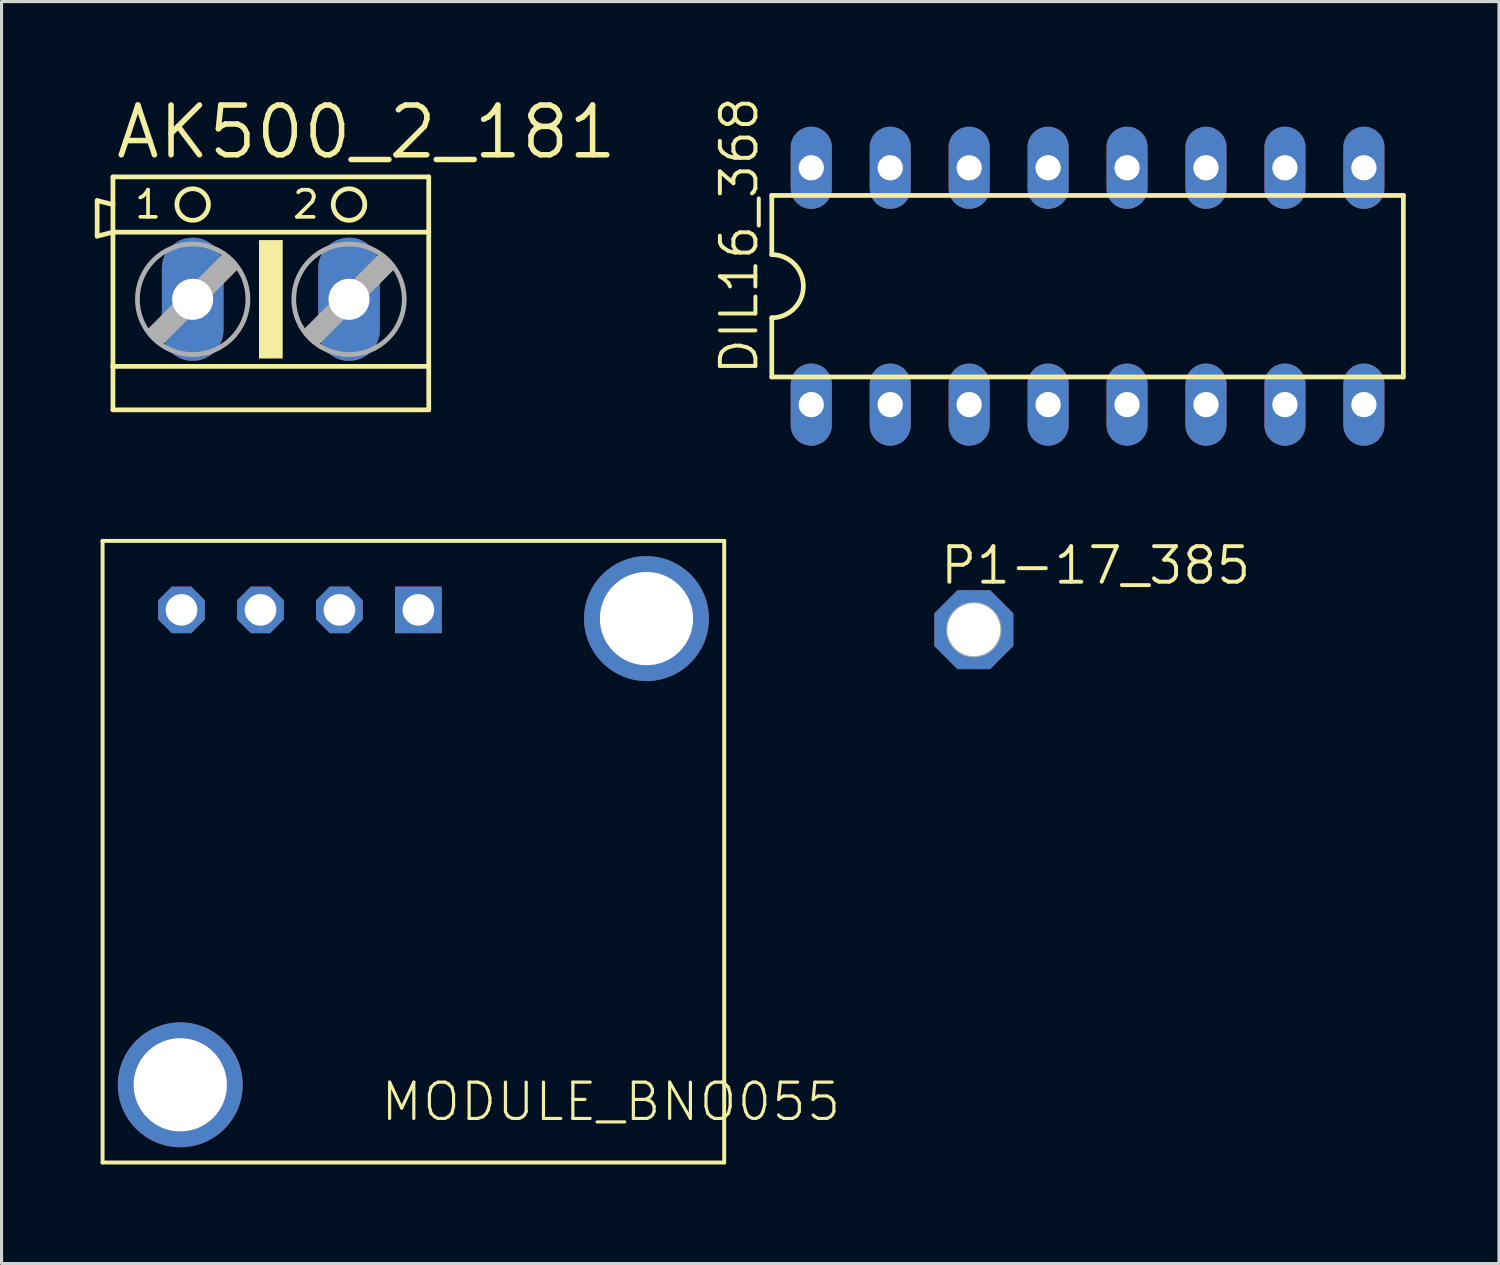
<source format=kicad_pcb>
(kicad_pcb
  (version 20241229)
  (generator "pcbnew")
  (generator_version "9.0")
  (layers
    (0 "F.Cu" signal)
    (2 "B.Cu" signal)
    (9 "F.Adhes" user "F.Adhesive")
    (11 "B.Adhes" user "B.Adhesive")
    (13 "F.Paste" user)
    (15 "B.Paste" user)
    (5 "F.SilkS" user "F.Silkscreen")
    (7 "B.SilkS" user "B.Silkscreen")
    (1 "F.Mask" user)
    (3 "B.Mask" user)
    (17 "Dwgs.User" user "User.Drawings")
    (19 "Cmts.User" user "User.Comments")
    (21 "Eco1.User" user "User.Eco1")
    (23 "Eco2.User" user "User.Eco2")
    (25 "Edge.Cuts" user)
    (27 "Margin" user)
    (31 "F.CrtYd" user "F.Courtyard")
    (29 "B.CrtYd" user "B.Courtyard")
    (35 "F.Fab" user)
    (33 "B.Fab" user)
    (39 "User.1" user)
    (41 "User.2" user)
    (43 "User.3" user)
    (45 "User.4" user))
  (footprint "MODULE_BNO055"
    (layer "F.Cu")
    (at 0.25 34.352)
    (property "Reference" "MODULE_BNO055" (at 8.89 -1.27 0) (unlocked yes) (layer "F.SilkS") (effects (font (size 1.168 1.168) (thickness 0.102)) (justify left bottom)))
    (fp_line (start 0 -20) (end 0 0) (stroke (width 0.127) (type solid)) (layer "F.SilkS"))
    (fp_line (start 0 -20) (end 20 -20) (stroke (width 0.127) (type solid)) (layer "F.SilkS"))
    (fp_line (start 0 0) (end 20 0) (stroke (width 0.127) (type solid)) (layer "F.SilkS"))
    (fp_line (start 20 -20) (end 20 0) (stroke (width 0.127) (type solid)) (layer "F.SilkS"))
    (pad "P$1" thru_hole rect (at 10.16 -17.78) (size 1.5 1.5) (drill 1.016) (layers "*.Cu" "*.Mask"))
    (pad "P$2" thru_hole roundrect (at 7.62 -17.78 90) (size 1.5 1.5) (drill 1.016) (layers "*.Cu" "*.Mask") (roundrect_rratio 0.25) (chamfer_ratio 0.293) (chamfer top_left top_right bottom_left bottom_right))
    (pad "P$3" thru_hole roundrect (at 5.08 -17.78 90) (size 1.5 1.5) (drill 1.016) (layers "*.Cu" "*.Mask") (roundrect_rratio 0.25) (chamfer_ratio 0.293) (chamfer top_left top_right bottom_left bottom_right))
    (pad "P$4" thru_hole roundrect (at 2.54 -17.78 90) (size 1.5 1.5) (drill 1.016) (layers "*.Cu" "*.Mask") (roundrect_rratio 0.25) (chamfer_ratio 0.293) (chamfer top_left top_right bottom_left bottom_right))
    (pad "P$5" thru_hole circle (at 17.5 -17.5) (size 4.016 4.016) (drill 3) (layers "*.Cu" "*.Mask"))
    (pad "P$6" thru_hole circle (at 2.5 -2.5) (size 4.016 4.016) (drill 3) (layers "*.Cu" "*.Mask")))
  (footprint "P1-17_385"
    (layer "F.Cu")
    (at 28.281 17.209)
    (property "Reference" "P1-17_385" (at -1.143 -1.397 0) (unlocked yes) (layer "F.SilkS") (effects (font (size 1.143 1.143) (thickness 0.127)) (justify left bottom)))
    (fp_circle (center 0 0) (end 0.813 0) (stroke (width 0.152) (type solid)) (fill no) (layer "F.Fab"))
    (fp_poly (pts (xy -0.33 0.33) (xy 0.33 0.33) (xy 0.33 -0.33) (xy -0.33 -0.33)) (stroke (width 0.1) (type default)) (fill no) (layer "F.Fab"))
    (pad "TP" thru_hole roundrect (at 0 0) (size 2.54 2.54) (drill 1.702) (layers "*.Cu" "*.Mask") (roundrect_rratio 0.25) (chamfer_ratio 0.293) (chamfer top_left top_right bottom_left bottom_right)))
  (footprint "DIL16_368"
    (layer "F.Cu")
    (at 31.941 6.158)
    (property "Reference" "DIL16_368" (at -10.541 2.921 90) (unlocked yes) (layer "F.SilkS") (effects (font (size 1.143 1.143) (thickness 0.127)) (justify left bottom)))
    (fp_line (start -10.16 -2.921) (end -10.16 -1.016) (stroke (width 0.152) (type solid)) (layer "F.SilkS"))
    (fp_line (start -10.16 2.921) (end -10.16 1.016) (stroke (width 0.152) (type solid)) (layer "F.SilkS"))
    (fp_line (start -10.16 2.921) (end 10.16 2.921) (stroke (width 0.152) (type solid)) (layer "F.SilkS"))
    (fp_line (start 10.16 -2.921) (end -10.16 -2.921) (stroke (width 0.152) (type solid)) (layer "F.SilkS"))
    (fp_line (start 10.16 -2.921) (end 10.16 2.921) (stroke (width 0.152) (type solid)) (layer "F.SilkS"))
    (fp_arc (start -10.16 -1.016) (mid -9.144 0) (end -10.16 1.016) (stroke (width 0.1524) (type solid)) (layer "F.SilkS"))
    (pad "1" thru_hole oval (at -8.89 3.81 90) (size 2.642 1.321) (drill 0.813) (layers "*.Cu" "*.Mask"))
    (pad "2" thru_hole oval (at -6.35 3.81 90) (size 2.642 1.321) (drill 0.813) (layers "*.Cu" "*.Mask"))
    (pad "3" thru_hole oval (at -3.81 3.81 90) (size 2.642 1.321) (drill 0.813) (layers "*.Cu" "*.Mask"))
    (pad "4" thru_hole oval (at -1.27 3.81 90) (size 2.642 1.321) (drill 0.813) (layers "*.Cu" "*.Mask"))
    (pad "5" thru_hole oval (at 1.27 3.81 90) (size 2.642 1.321) (drill 0.813) (layers "*.Cu" "*.Mask"))
    (pad "6" thru_hole oval (at 3.81 3.81 90) (size 2.642 1.321) (drill 0.813) (layers "*.Cu" "*.Mask"))
    (pad "7" thru_hole oval (at 6.35 3.81 90) (size 2.642 1.321) (drill 0.813) (layers "*.Cu" "*.Mask"))
    (pad "8" thru_hole oval (at 8.89 3.81 90) (size 2.642 1.321) (drill 0.813) (layers "*.Cu" "*.Mask"))
    (pad "9" thru_hole oval (at 8.89 -3.81 90) (size 2.642 1.321) (drill 0.813) (layers "*.Cu" "*.Mask"))
    (pad "10" thru_hole oval (at 6.35 -3.81 90) (size 2.642 1.321) (drill 0.813) (layers "*.Cu" "*.Mask"))
    (pad "11" thru_hole oval (at 3.81 -3.81 90) (size 2.642 1.321) (drill 0.813) (layers "*.Cu" "*.Mask"))
    (pad "12" thru_hole oval (at 1.27 -3.81 90) (size 2.642 1.321) (drill 0.813) (layers "*.Cu" "*.Mask"))
    (pad "13" thru_hole oval (at -1.27 -3.81 90) (size 2.642 1.321) (drill 0.813) (layers "*.Cu" "*.Mask"))
    (pad "14" thru_hole oval (at -3.81 -3.81 90) (size 2.642 1.321) (drill 0.813) (layers "*.Cu" "*.Mask"))
    (pad "15" thru_hole oval (at -6.35 -3.81 90) (size 2.642 1.321) (drill 0.813) (layers "*.Cu" "*.Mask"))
    (pad "16" thru_hole oval (at -8.89 -3.81 90) (size 2.642 1.321) (drill 0.813) (layers "*.Cu" "*.Mask")))
  (footprint "AK500_2_181"
    (layer "F.Cu")
    (at 5.664 6.579)
    (property "Reference" "AK500_2_181" (at -5.08 -4.445 0) (unlocked yes) (layer "F.SilkS") (effects (font (size 1.6 1.6) (thickness 0.178)) (justify left bottom)))
    (fp_line (start -5.588 -3.175) (end -5.588 -2.032) (stroke (width 0.152) (type solid)) (layer "F.SilkS"))
    (fp_line (start -5.588 -2.032) (end -5.08 -2.159) (stroke (width 0.152) (type solid)) (layer "F.SilkS"))
    (fp_line (start -5.08 -3.048) (end -5.588 -3.175) (stroke (width 0.152) (type solid)) (layer "F.SilkS"))
    (fp_line (start -5.08 -3.048) (end -5.08 -3.937) (stroke (width 0.152) (type solid)) (layer "F.SilkS"))
    (fp_line (start -5.08 -2.159) (end -5.08 -3.048) (stroke (width 0.152) (type solid)) (layer "F.SilkS"))
    (fp_line (start -5.08 -2.159) (end 5.08 -2.159) (stroke (width 0.152) (type solid)) (layer "F.SilkS"))
    (fp_line (start -5.08 2.159) (end -5.08 -2.159) (stroke (width 0.152) (type solid)) (layer "F.SilkS"))
    (fp_line (start -5.08 2.159) (end 5.08 2.159) (stroke (width 0.152) (type solid)) (layer "F.SilkS"))
    (fp_line (start -5.08 3.556) (end -5.08 2.159) (stroke (width 0.152) (type solid)) (layer "F.SilkS"))
    (fp_line (start -5.08 3.556) (end 5.08 3.556) (stroke (width 0.152) (type solid)) (layer "F.SilkS"))
    (fp_line (start 5.08 -3.937) (end -5.08 -3.937) (stroke (width 0.152) (type solid)) (layer "F.SilkS"))
    (fp_line (start 5.08 -3.937) (end 5.08 -2.159) (stroke (width 0.152) (type solid)) (layer "F.SilkS"))
    (fp_line (start 5.08 -2.159) (end 5.08 2.159) (stroke (width 0.152) (type solid)) (layer "F.SilkS"))
    (fp_line (start 5.08 2.159) (end 5.08 3.556) (stroke (width 0.152) (type solid)) (layer "F.SilkS"))
    (fp_circle (center -2.515 -3.048) (end -2.007 -3.048) (stroke (width 0.152) (type solid)) (fill no) (layer "F.SilkS"))
    (fp_circle (center 2.515 -3.048) (end 3.023 -3.048) (stroke (width 0.152) (type solid)) (fill no) (layer "F.SilkS"))
    (fp_poly (pts (xy -0.381 1.905) (xy 0.381 1.905) (xy 0.381 -1.905) (xy -0.381 -1.905)) (stroke (width 0) (type default)) (fill yes) (layer "F.SilkS"))
    (fp_line (start -3.912 1.016) (end -3.531 1.397) (stroke (width 0.152) (type solid)) (layer "F.Fab"))
    (fp_line (start -3.912 1.016) (end -1.499 -1.397) (stroke (width 0.152) (type solid)) (layer "F.Fab"))
    (fp_line (start -3.531 1.016) (end -1.499 -1.016) (stroke (width 0.61) (type solid)) (layer "F.Fab"))
    (fp_line (start -3.531 1.397) (end -1.118 -1.016) (stroke (width 0.152) (type solid)) (layer "F.Fab"))
    (fp_line (start -1.499 -1.397) (end -1.118 -1.016) (stroke (width 0.152) (type solid)) (layer "F.Fab"))
    (fp_line (start 1.118 1.016) (end 1.499 1.397) (stroke (width 0.152) (type solid)) (layer "F.Fab"))
    (fp_line (start 1.118 1.016) (end 3.531 -1.397) (stroke (width 0.152) (type solid)) (layer "F.Fab"))
    (fp_line (start 1.499 1.016) (end 3.531 -1.016) (stroke (width 0.61) (type solid)) (layer "F.Fab"))
    (fp_line (start 1.499 1.397) (end 3.912 -1.016) (stroke (width 0.152) (type solid)) (layer "F.Fab"))
    (fp_line (start 3.531 -1.397) (end 3.912 -1.016) (stroke (width 0.152) (type solid)) (layer "F.Fab"))
    (fp_circle (center -2.515 0) (end -0.737 0) (stroke (width 0.152) (type solid)) (fill no) (layer "F.Fab"))
    (fp_circle (center 2.515 0) (end 4.293 0) (stroke (width 0.152) (type solid)) (fill no) (layer "F.Fab"))
    (fp_text user "2" (at 0.635 -2.54 0) (unlocked yes) (layer "F.SilkS") (effects (font (size 0.872 0.872) (thickness 0.119)) (justify left bottom)))
    (fp_text user "1" (at -4.445 -2.54 0) (unlocked yes) (layer "F.SilkS") (effects (font (size 0.872 0.872) (thickness 0.119)) (justify left bottom)))
    (pad "1" thru_hole oval (at -2.515 0 90) (size 3.962 1.981) (drill 1.321) (layers "*.Cu" "*.Mask"))
    (pad "2" thru_hole oval (at 2.515 0 90) (size 3.962 1.981) (drill 1.321) (layers "*.Cu" "*.Mask")))
  (gr_rect
    (start -3 -3)
    (end 45.177 37.602)
    (stroke (width 0.1) (type default))
    (fill no)
    (layer "Edge.Cuts")))
</source>
